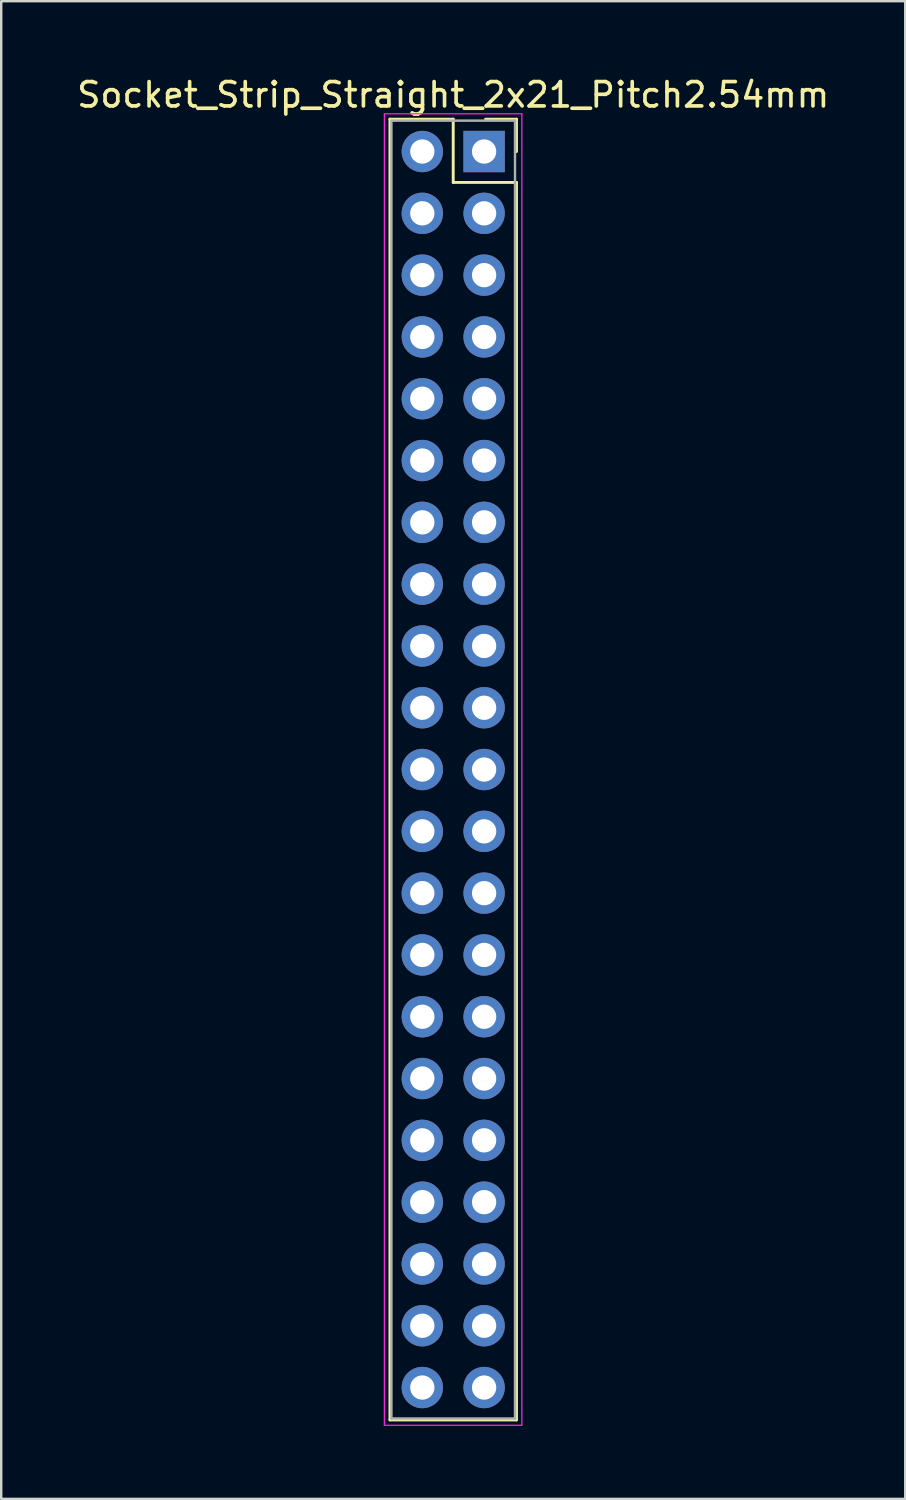
<source format=kicad_pcb>
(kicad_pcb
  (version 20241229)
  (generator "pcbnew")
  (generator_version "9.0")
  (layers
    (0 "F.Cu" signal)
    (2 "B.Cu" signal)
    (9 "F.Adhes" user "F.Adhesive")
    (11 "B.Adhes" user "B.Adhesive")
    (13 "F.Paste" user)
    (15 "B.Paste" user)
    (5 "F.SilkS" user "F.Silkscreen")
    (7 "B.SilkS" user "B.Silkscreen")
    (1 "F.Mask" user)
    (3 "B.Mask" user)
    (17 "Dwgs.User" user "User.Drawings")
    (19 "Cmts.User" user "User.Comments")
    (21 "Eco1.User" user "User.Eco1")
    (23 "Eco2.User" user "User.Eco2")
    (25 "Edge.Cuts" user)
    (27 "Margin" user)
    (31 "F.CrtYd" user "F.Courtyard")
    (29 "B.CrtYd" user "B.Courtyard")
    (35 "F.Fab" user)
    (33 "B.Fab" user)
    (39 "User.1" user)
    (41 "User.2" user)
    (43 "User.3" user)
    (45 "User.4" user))
  (footprint "Socket_Strip_Straight_2x21_Pitch2.54mm"
    (layer "F.Cu")
    (at 16.847 3.178)
    (property "Reference" "Socket_Strip_Straight_2x21_Pitch2.54mm" (at -1.27 -2.33 0) (layer "F.SilkS") (effects (font (size 1 1) (thickness 0.15))))
    (attr through_hole)
    (fp_line (start -3.87 -1.33) (end -1.27 -1.33) (stroke (width 0.12) (type solid)) (layer "F.SilkS"))
    (fp_line (start -3.87 52.13) (end -3.87 -1.33) (stroke (width 0.12) (type solid)) (layer "F.SilkS"))
    (fp_line (start -1.27 -1.33) (end -1.27 1.27) (stroke (width 0.12) (type solid)) (layer "F.SilkS"))
    (fp_line (start -1.27 1.27) (end 1.33 1.27) (stroke (width 0.12) (type solid)) (layer "F.SilkS"))
    (fp_line (start 1.33 -1.33) (end 0.06 -1.33) (stroke (width 0.12) (type solid)) (layer "F.SilkS"))
    (fp_line (start 1.33 0) (end 1.33 -1.33) (stroke (width 0.12) (type solid)) (layer "F.SilkS"))
    (fp_line (start 1.33 1.27) (end 1.33 52.13) (stroke (width 0.12) (type solid)) (layer "F.SilkS"))
    (fp_line (start 1.33 52.13) (end -3.87 52.13) (stroke (width 0.12) (type solid)) (layer "F.SilkS"))
    (fp_line (start -4.1 -1.55) (end -4.1 52.35) (stroke (width 0.05) (type solid)) (layer "F.CrtYd"))
    (fp_line (start -4.1 52.35) (end 1.55 52.35) (stroke (width 0.05) (type solid)) (layer "F.CrtYd"))
    (fp_line (start 1.55 -1.55) (end -4.1 -1.55) (stroke (width 0.05) (type solid)) (layer "F.CrtYd"))
    (fp_line (start 1.55 52.35) (end 1.55 -1.55) (stroke (width 0.05) (type solid)) (layer "F.CrtYd"))
    (fp_line (start -3.81 -1.27) (end -3.81 52.07) (stroke (width 0.1) (type solid)) (layer "F.Fab"))
    (fp_line (start -3.81 52.07) (end 1.27 52.07) (stroke (width 0.1) (type solid)) (layer "F.Fab"))
    (fp_line (start 1.27 -1.27) (end -3.81 -1.27) (stroke (width 0.1) (type solid)) (layer "F.Fab"))
    (fp_line (start 1.27 52.07) (end 1.27 -1.27) (stroke (width 0.1) (type solid)) (layer "F.Fab"))
    (pad "1" thru_hole rect (at 0 0) (size 1.7 1.7) (drill 1) (layers "*.Cu" "*.Mask"))
    (pad "2" thru_hole oval (at -2.54 0) (size 1.7 1.7) (drill 1) (layers "*.Cu" "*.Mask"))
    (pad "3" thru_hole oval (at 0 2.54) (size 1.7 1.7) (drill 1) (layers "*.Cu" "*.Mask"))
    (pad "4" thru_hole oval (at -2.54 2.54) (size 1.7 1.7) (drill 1) (layers "*.Cu" "*.Mask"))
    (pad "5" thru_hole oval (at 0 5.08) (size 1.7 1.7) (drill 1) (layers "*.Cu" "*.Mask"))
    (pad "6" thru_hole oval (at -2.54 5.08) (size 1.7 1.7) (drill 1) (layers "*.Cu" "*.Mask"))
    (pad "7" thru_hole oval (at 0 7.62) (size 1.7 1.7) (drill 1) (layers "*.Cu" "*.Mask"))
    (pad "8" thru_hole oval (at -2.54 7.62) (size 1.7 1.7) (drill 1) (layers "*.Cu" "*.Mask"))
    (pad "9" thru_hole oval (at 0 10.16) (size 1.7 1.7) (drill 1) (layers "*.Cu" "*.Mask"))
    (pad "10" thru_hole oval (at -2.54 10.16) (size 1.7 1.7) (drill 1) (layers "*.Cu" "*.Mask"))
    (pad "11" thru_hole oval (at 0 12.7) (size 1.7 1.7) (drill 1) (layers "*.Cu" "*.Mask"))
    (pad "12" thru_hole oval (at -2.54 12.7) (size 1.7 1.7) (drill 1) (layers "*.Cu" "*.Mask"))
    (pad "13" thru_hole oval (at 0 15.24) (size 1.7 1.7) (drill 1) (layers "*.Cu" "*.Mask"))
    (pad "14" thru_hole oval (at -2.54 15.24) (size 1.7 1.7) (drill 1) (layers "*.Cu" "*.Mask"))
    (pad "15" thru_hole oval (at 0 17.78) (size 1.7 1.7) (drill 1) (layers "*.Cu" "*.Mask"))
    (pad "16" thru_hole oval (at -2.54 17.78) (size 1.7 1.7) (drill 1) (layers "*.Cu" "*.Mask"))
    (pad "17" thru_hole oval (at 0 20.32) (size 1.7 1.7) (drill 1) (layers "*.Cu" "*.Mask"))
    (pad "18" thru_hole oval (at -2.54 20.32) (size 1.7 1.7) (drill 1) (layers "*.Cu" "*.Mask"))
    (pad "19" thru_hole oval (at 0 22.86) (size 1.7 1.7) (drill 1) (layers "*.Cu" "*.Mask"))
    (pad "20" thru_hole oval (at -2.54 22.86) (size 1.7 1.7) (drill 1) (layers "*.Cu" "*.Mask"))
    (pad "21" thru_hole oval (at 0 25.4) (size 1.7 1.7) (drill 1) (layers "*.Cu" "*.Mask"))
    (pad "22" thru_hole oval (at -2.54 25.4) (size 1.7 1.7) (drill 1) (layers "*.Cu" "*.Mask"))
    (pad "23" thru_hole oval (at 0 27.94) (size 1.7 1.7) (drill 1) (layers "*.Cu" "*.Mask"))
    (pad "24" thru_hole oval (at -2.54 27.94) (size 1.7 1.7) (drill 1) (layers "*.Cu" "*.Mask"))
    (pad "25" thru_hole oval (at 0 30.48) (size 1.7 1.7) (drill 1) (layers "*.Cu" "*.Mask"))
    (pad "26" thru_hole oval (at -2.54 30.48) (size 1.7 1.7) (drill 1) (layers "*.Cu" "*.Mask"))
    (pad "27" thru_hole oval (at 0 33.02) (size 1.7 1.7) (drill 1) (layers "*.Cu" "*.Mask"))
    (pad "28" thru_hole oval (at -2.54 33.02) (size 1.7 1.7) (drill 1) (layers "*.Cu" "*.Mask"))
    (pad "29" thru_hole oval (at 0 35.56) (size 1.7 1.7) (drill 1) (layers "*.Cu" "*.Mask"))
    (pad "30" thru_hole oval (at -2.54 35.56) (size 1.7 1.7) (drill 1) (layers "*.Cu" "*.Mask"))
    (pad "31" thru_hole oval (at 0 38.1) (size 1.7 1.7) (drill 1) (layers "*.Cu" "*.Mask"))
    (pad "32" thru_hole oval (at -2.54 38.1) (size 1.7 1.7) (drill 1) (layers "*.Cu" "*.Mask"))
    (pad "33" thru_hole oval (at 0 40.64) (size 1.7 1.7) (drill 1) (layers "*.Cu" "*.Mask"))
    (pad "34" thru_hole oval (at -2.54 40.64) (size 1.7 1.7) (drill 1) (layers "*.Cu" "*.Mask"))
    (pad "35" thru_hole oval (at 0 43.18) (size 1.7 1.7) (drill 1) (layers "*.Cu" "*.Mask"))
    (pad "36" thru_hole oval (at -2.54 43.18) (size 1.7 1.7) (drill 1) (layers "*.Cu" "*.Mask"))
    (pad "37" thru_hole oval (at 0 45.72) (size 1.7 1.7) (drill 1) (layers "*.Cu" "*.Mask"))
    (pad "38" thru_hole oval (at -2.54 45.72) (size 1.7 1.7) (drill 1) (layers "*.Cu" "*.Mask"))
    (pad "39" thru_hole oval (at 0 48.26) (size 1.7 1.7) (drill 1) (layers "*.Cu" "*.Mask"))
    (pad "40" thru_hole oval (at -2.54 48.26) (size 1.7 1.7) (drill 1) (layers "*.Cu" "*.Mask"))
    (pad "41" thru_hole oval (at 0 50.8) (size 1.7 1.7) (drill 1) (layers "*.Cu" "*.Mask"))
    (pad "42" thru_hole oval (at -2.54 50.8) (size 1.7 1.7) (drill 1) (layers "*.Cu" "*.Mask")))
  (gr_rect
    (start -3 -3)
    (end 34.155 58.553)
    (stroke (width 0.1) (type default))
    (fill no)
    (layer "Edge.Cuts")))
</source>
